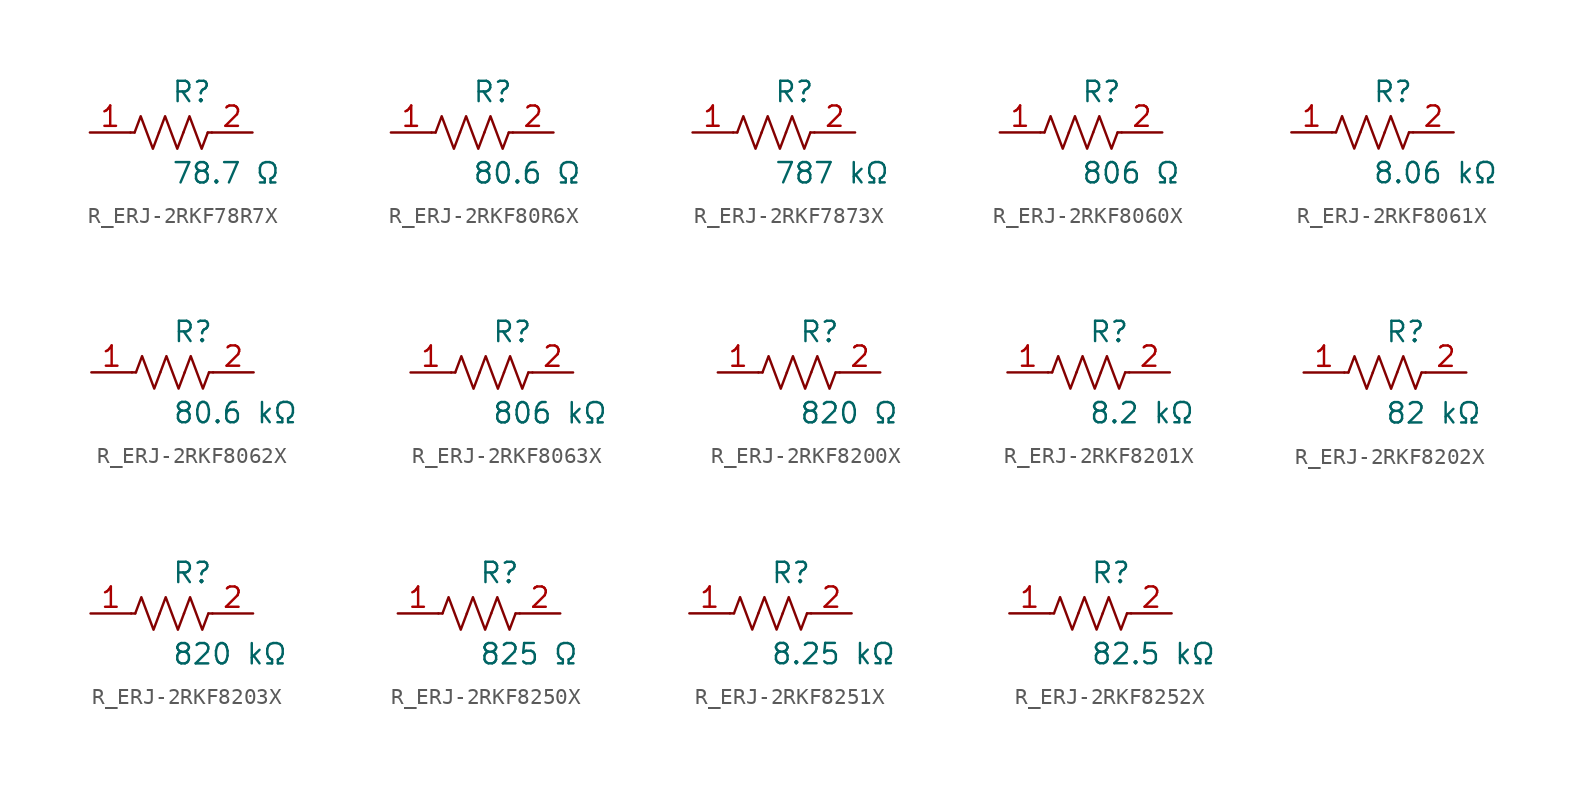
<source format=kicad_sym>
(kicad_symbol_lib
  (version 20231120)
  (generator kicad_symbol_editor)
  (generator_version 8.0)
  (symbol "R_ERJ-2RKF78R7X"
    (pin_names
      (offset 0.254))
    (property "Reference" "R"
      (at 0 2.54 0)
      (effects (font (size 1.27 1.27)) (justify left)))
    (property "Value" "78.7 Ω"
      (at 0 -2.54 0)
      (effects (font (size 1.27 1.27)) (justify left)))
    (symbol "R_ERJ-2RKF78R7X_0_1"
      (polyline (pts (xy 2.286 0) (xy 2.54 0)) (stroke (width 0) (type default)) (fill (type none)))
      (polyline (pts (xy -2.286 0) (xy -2.54 0)) (stroke (width 0) (type default)) (fill (type none)))
      (polyline (pts (xy 0.762 0) (xy 1.143 1.016) (xy 1.524 0) (xy 1.905 -1.016) (xy 2.286 0)) (stroke (width 0) (type default)) (fill (type none)))
      (polyline (pts (xy -0.762 0) (xy -0.381 1.016) (xy 0 0) (xy 0.381 -1.016) (xy 0.762 0)) (stroke (width 0) (type default)) (fill (type none)))
      (polyline (pts (xy -2.286 0) (xy -1.905 1.016) (xy -1.524 0) (xy -1.143 -1.016) (xy -0.762 0)) (stroke (width 0) (type default)) (fill (type none))))
    (pin passive line
      (at -5.08 0 0)
      (length 2.54)
      (name "" (effects (font (size 1.27 1.27))))
      (number "1" (effects (font (size 1.27 1.27)))))
    (pin passive line
      (at 5.08 0 180)
      (length 2.54)
      (name "" (effects (font (size 1.27 1.27))))
      (number "2" (effects (font (size 1.27 1.27))))))
  (symbol "R_ERJ-2RKF80R6X"
    (pin_names
      (offset 0.254))
    (property "Reference" "R"
      (at 0 2.54 0)
      (effects (font (size 1.27 1.27)) (justify left)))
    (property "Value" "80.6 Ω"
      (at 0 -2.54 0)
      (effects (font (size 1.27 1.27)) (justify left)))
    (symbol "R_ERJ-2RKF80R6X_0_1"
      (polyline (pts (xy 2.286 0) (xy 2.54 0)) (stroke (width 0) (type default)) (fill (type none)))
      (polyline (pts (xy -2.286 0) (xy -2.54 0)) (stroke (width 0) (type default)) (fill (type none)))
      (polyline (pts (xy 0.762 0) (xy 1.143 1.016) (xy 1.524 0) (xy 1.905 -1.016) (xy 2.286 0)) (stroke (width 0) (type default)) (fill (type none)))
      (polyline (pts (xy -0.762 0) (xy -0.381 1.016) (xy 0 0) (xy 0.381 -1.016) (xy 0.762 0)) (stroke (width 0) (type default)) (fill (type none)))
      (polyline (pts (xy -2.286 0) (xy -1.905 1.016) (xy -1.524 0) (xy -1.143 -1.016) (xy -0.762 0)) (stroke (width 0) (type default)) (fill (type none))))
    (pin passive line
      (at -5.08 0 0)
      (length 2.54)
      (name "" (effects (font (size 1.27 1.27))))
      (number "1" (effects (font (size 1.27 1.27)))))
    (pin passive line
      (at 5.08 0 180)
      (length 2.54)
      (name "" (effects (font (size 1.27 1.27))))
      (number "2" (effects (font (size 1.27 1.27))))))
  (symbol "R_ERJ-2RKF7873X"
    (pin_names
      (offset 0.254))
    (property "Reference" "R"
      (at 0 2.54 0)
      (effects (font (size 1.27 1.27)) (justify left)))
    (property "Value" "787 kΩ"
      (at 0 -2.54 0)
      (effects (font (size 1.27 1.27)) (justify left)))
    (symbol "R_ERJ-2RKF7873X_0_1"
      (polyline (pts (xy 2.286 0) (xy 2.54 0)) (stroke (width 0) (type default)) (fill (type none)))
      (polyline (pts (xy -2.286 0) (xy -2.54 0)) (stroke (width 0) (type default)) (fill (type none)))
      (polyline (pts (xy 0.762 0) (xy 1.143 1.016) (xy 1.524 0) (xy 1.905 -1.016) (xy 2.286 0)) (stroke (width 0) (type default)) (fill (type none)))
      (polyline (pts (xy -0.762 0) (xy -0.381 1.016) (xy 0 0) (xy 0.381 -1.016) (xy 0.762 0)) (stroke (width 0) (type default)) (fill (type none)))
      (polyline (pts (xy -2.286 0) (xy -1.905 1.016) (xy -1.524 0) (xy -1.143 -1.016) (xy -0.762 0)) (stroke (width 0) (type default)) (fill (type none))))
    (pin passive line
      (at -5.08 0 0)
      (length 2.54)
      (name "" (effects (font (size 1.27 1.27))))
      (number "1" (effects (font (size 1.27 1.27)))))
    (pin passive line
      (at 5.08 0 180)
      (length 2.54)
      (name "" (effects (font (size 1.27 1.27))))
      (number "2" (effects (font (size 1.27 1.27))))))
  (symbol "R_ERJ-2RKF8060X"
    (pin_names
      (offset 0.254))
    (property "Reference" "R"
      (at 0 2.54 0)
      (effects (font (size 1.27 1.27)) (justify left)))
    (property "Value" "806 Ω"
      (at 0 -2.54 0)
      (effects (font (size 1.27 1.27)) (justify left)))
    (symbol "R_ERJ-2RKF8060X_0_1"
      (polyline (pts (xy 2.286 0) (xy 2.54 0)) (stroke (width 0) (type default)) (fill (type none)))
      (polyline (pts (xy -2.286 0) (xy -2.54 0)) (stroke (width 0) (type default)) (fill (type none)))
      (polyline (pts (xy 0.762 0) (xy 1.143 1.016) (xy 1.524 0) (xy 1.905 -1.016) (xy 2.286 0)) (stroke (width 0) (type default)) (fill (type none)))
      (polyline (pts (xy -0.762 0) (xy -0.381 1.016) (xy 0 0) (xy 0.381 -1.016) (xy 0.762 0)) (stroke (width 0) (type default)) (fill (type none)))
      (polyline (pts (xy -2.286 0) (xy -1.905 1.016) (xy -1.524 0) (xy -1.143 -1.016) (xy -0.762 0)) (stroke (width 0) (type default)) (fill (type none))))
    (pin passive line
      (at -5.08 0 0)
      (length 2.54)
      (name "" (effects (font (size 1.27 1.27))))
      (number "1" (effects (font (size 1.27 1.27)))))
    (pin passive line
      (at 5.08 0 180)
      (length 2.54)
      (name "" (effects (font (size 1.27 1.27))))
      (number "2" (effects (font (size 1.27 1.27))))))
  (symbol "R_ERJ-2RKF8061X"
    (pin_names
      (offset 0.254))
    (property "Reference" "R"
      (at 0 2.54 0)
      (effects (font (size 1.27 1.27)) (justify left)))
    (property "Value" "8.06 kΩ"
      (at 0 -2.54 0)
      (effects (font (size 1.27 1.27)) (justify left)))
    (symbol "R_ERJ-2RKF8061X_0_1"
      (polyline (pts (xy 2.286 0) (xy 2.54 0)) (stroke (width 0) (type default)) (fill (type none)))
      (polyline (pts (xy -2.286 0) (xy -2.54 0)) (stroke (width 0) (type default)) (fill (type none)))
      (polyline (pts (xy 0.762 0) (xy 1.143 1.016) (xy 1.524 0) (xy 1.905 -1.016) (xy 2.286 0)) (stroke (width 0) (type default)) (fill (type none)))
      (polyline (pts (xy -0.762 0) (xy -0.381 1.016) (xy 0 0) (xy 0.381 -1.016) (xy 0.762 0)) (stroke (width 0) (type default)) (fill (type none)))
      (polyline (pts (xy -2.286 0) (xy -1.905 1.016) (xy -1.524 0) (xy -1.143 -1.016) (xy -0.762 0)) (stroke (width 0) (type default)) (fill (type none))))
    (pin passive line
      (at -5.08 0 0)
      (length 2.54)
      (name "" (effects (font (size 1.27 1.27))))
      (number "1" (effects (font (size 1.27 1.27)))))
    (pin passive line
      (at 5.08 0 180)
      (length 2.54)
      (name "" (effects (font (size 1.27 1.27))))
      (number "2" (effects (font (size 1.27 1.27))))))
  (symbol "R_ERJ-2RKF8062X"
    (pin_names
      (offset 0.254))
    (property "Reference" "R"
      (at 0 2.54 0)
      (effects (font (size 1.27 1.27)) (justify left)))
    (property "Value" "80.6 kΩ"
      (at 0 -2.54 0)
      (effects (font (size 1.27 1.27)) (justify left)))
    (symbol "R_ERJ-2RKF8062X_0_1"
      (polyline (pts (xy 2.286 0) (xy 2.54 0)) (stroke (width 0) (type default)) (fill (type none)))
      (polyline (pts (xy -2.286 0) (xy -2.54 0)) (stroke (width 0) (type default)) (fill (type none)))
      (polyline (pts (xy 0.762 0) (xy 1.143 1.016) (xy 1.524 0) (xy 1.905 -1.016) (xy 2.286 0)) (stroke (width 0) (type default)) (fill (type none)))
      (polyline (pts (xy -0.762 0) (xy -0.381 1.016) (xy 0 0) (xy 0.381 -1.016) (xy 0.762 0)) (stroke (width 0) (type default)) (fill (type none)))
      (polyline (pts (xy -2.286 0) (xy -1.905 1.016) (xy -1.524 0) (xy -1.143 -1.016) (xy -0.762 0)) (stroke (width 0) (type default)) (fill (type none))))
    (pin passive line
      (at -5.08 0 0)
      (length 2.54)
      (name "" (effects (font (size 1.27 1.27))))
      (number "1" (effects (font (size 1.27 1.27)))))
    (pin passive line
      (at 5.08 0 180)
      (length 2.54)
      (name "" (effects (font (size 1.27 1.27))))
      (number "2" (effects (font (size 1.27 1.27))))))
  (symbol "R_ERJ-2RKF8063X"
    (pin_names
      (offset 0.254))
    (property "Reference" "R"
      (at 0 2.54 0)
      (effects (font (size 1.27 1.27)) (justify left)))
    (property "Value" "806 kΩ"
      (at 0 -2.54 0)
      (effects (font (size 1.27 1.27)) (justify left)))
    (symbol "R_ERJ-2RKF8063X_0_1"
      (polyline (pts (xy 2.286 0) (xy 2.54 0)) (stroke (width 0) (type default)) (fill (type none)))
      (polyline (pts (xy -2.286 0) (xy -2.54 0)) (stroke (width 0) (type default)) (fill (type none)))
      (polyline (pts (xy 0.762 0) (xy 1.143 1.016) (xy 1.524 0) (xy 1.905 -1.016) (xy 2.286 0)) (stroke (width 0) (type default)) (fill (type none)))
      (polyline (pts (xy -0.762 0) (xy -0.381 1.016) (xy 0 0) (xy 0.381 -1.016) (xy 0.762 0)) (stroke (width 0) (type default)) (fill (type none)))
      (polyline (pts (xy -2.286 0) (xy -1.905 1.016) (xy -1.524 0) (xy -1.143 -1.016) (xy -0.762 0)) (stroke (width 0) (type default)) (fill (type none))))
    (pin passive line
      (at -5.08 0 0)
      (length 2.54)
      (name "" (effects (font (size 1.27 1.27))))
      (number "1" (effects (font (size 1.27 1.27)))))
    (pin passive line
      (at 5.08 0 180)
      (length 2.54)
      (name "" (effects (font (size 1.27 1.27))))
      (number "2" (effects (font (size 1.27 1.27))))))
  (symbol "R_ERJ-2RKF8200X"
    (pin_names
      (offset 0.254))
    (property "Reference" "R"
      (at 0 2.54 0)
      (effects (font (size 1.27 1.27)) (justify left)))
    (property "Value" "820 Ω"
      (at 0 -2.54 0)
      (effects (font (size 1.27 1.27)) (justify left)))
    (symbol "R_ERJ-2RKF8200X_0_1"
      (polyline (pts (xy 2.286 0) (xy 2.54 0)) (stroke (width 0) (type default)) (fill (type none)))
      (polyline (pts (xy -2.286 0) (xy -2.54 0)) (stroke (width 0) (type default)) (fill (type none)))
      (polyline (pts (xy 0.762 0) (xy 1.143 1.016) (xy 1.524 0) (xy 1.905 -1.016) (xy 2.286 0)) (stroke (width 0) (type default)) (fill (type none)))
      (polyline (pts (xy -0.762 0) (xy -0.381 1.016) (xy 0 0) (xy 0.381 -1.016) (xy 0.762 0)) (stroke (width 0) (type default)) (fill (type none)))
      (polyline (pts (xy -2.286 0) (xy -1.905 1.016) (xy -1.524 0) (xy -1.143 -1.016) (xy -0.762 0)) (stroke (width 0) (type default)) (fill (type none))))
    (pin passive line
      (at -5.08 0 0)
      (length 2.54)
      (name "" (effects (font (size 1.27 1.27))))
      (number "1" (effects (font (size 1.27 1.27)))))
    (pin passive line
      (at 5.08 0 180)
      (length 2.54)
      (name "" (effects (font (size 1.27 1.27))))
      (number "2" (effects (font (size 1.27 1.27))))))
  (symbol "R_ERJ-2RKF8201X"
    (pin_names
      (offset 0.254))
    (property "Reference" "R"
      (at 0 2.54 0)
      (effects (font (size 1.27 1.27)) (justify left)))
    (property "Value" "8.2 kΩ"
      (at 0 -2.54 0)
      (effects (font (size 1.27 1.27)) (justify left)))
    (symbol "R_ERJ-2RKF8201X_0_1"
      (polyline (pts (xy 2.286 0) (xy 2.54 0)) (stroke (width 0) (type default)) (fill (type none)))
      (polyline (pts (xy -2.286 0) (xy -2.54 0)) (stroke (width 0) (type default)) (fill (type none)))
      (polyline (pts (xy 0.762 0) (xy 1.143 1.016) (xy 1.524 0) (xy 1.905 -1.016) (xy 2.286 0)) (stroke (width 0) (type default)) (fill (type none)))
      (polyline (pts (xy -0.762 0) (xy -0.381 1.016) (xy 0 0) (xy 0.381 -1.016) (xy 0.762 0)) (stroke (width 0) (type default)) (fill (type none)))
      (polyline (pts (xy -2.286 0) (xy -1.905 1.016) (xy -1.524 0) (xy -1.143 -1.016) (xy -0.762 0)) (stroke (width 0) (type default)) (fill (type none))))
    (pin passive line
      (at -5.08 0 0)
      (length 2.54)
      (name "" (effects (font (size 1.27 1.27))))
      (number "1" (effects (font (size 1.27 1.27)))))
    (pin passive line
      (at 5.08 0 180)
      (length 2.54)
      (name "" (effects (font (size 1.27 1.27))))
      (number "2" (effects (font (size 1.27 1.27))))))
  (symbol "R_ERJ-2RKF8202X"
    (pin_names
      (offset 0.254))
    (property "Reference" "R"
      (at 0 2.54 0)
      (effects (font (size 1.27 1.27)) (justify left)))
    (property "Value" "82 kΩ"
      (at 0 -2.54 0)
      (effects (font (size 1.27 1.27)) (justify left)))
    (symbol "R_ERJ-2RKF8202X_0_1"
      (polyline (pts (xy 2.286 0) (xy 2.54 0)) (stroke (width 0) (type default)) (fill (type none)))
      (polyline (pts (xy -2.286 0) (xy -2.54 0)) (stroke (width 0) (type default)) (fill (type none)))
      (polyline (pts (xy 0.762 0) (xy 1.143 1.016) (xy 1.524 0) (xy 1.905 -1.016) (xy 2.286 0)) (stroke (width 0) (type default)) (fill (type none)))
      (polyline (pts (xy -0.762 0) (xy -0.381 1.016) (xy 0 0) (xy 0.381 -1.016) (xy 0.762 0)) (stroke (width 0) (type default)) (fill (type none)))
      (polyline (pts (xy -2.286 0) (xy -1.905 1.016) (xy -1.524 0) (xy -1.143 -1.016) (xy -0.762 0)) (stroke (width 0) (type default)) (fill (type none))))
    (pin passive line
      (at -5.08 0 0)
      (length 2.54)
      (name "" (effects (font (size 1.27 1.27))))
      (number "1" (effects (font (size 1.27 1.27)))))
    (pin passive line
      (at 5.08 0 180)
      (length 2.54)
      (name "" (effects (font (size 1.27 1.27))))
      (number "2" (effects (font (size 1.27 1.27))))))
  (symbol "R_ERJ-2RKF8203X"
    (pin_names
      (offset 0.254))
    (property "Reference" "R"
      (at 0 2.54 0)
      (effects (font (size 1.27 1.27)) (justify left)))
    (property "Value" "820 kΩ"
      (at 0 -2.54 0)
      (effects (font (size 1.27 1.27)) (justify left)))
    (symbol "R_ERJ-2RKF8203X_0_1"
      (polyline (pts (xy 2.286 0) (xy 2.54 0)) (stroke (width 0) (type default)) (fill (type none)))
      (polyline (pts (xy -2.286 0) (xy -2.54 0)) (stroke (width 0) (type default)) (fill (type none)))
      (polyline (pts (xy 0.762 0) (xy 1.143 1.016) (xy 1.524 0) (xy 1.905 -1.016) (xy 2.286 0)) (stroke (width 0) (type default)) (fill (type none)))
      (polyline (pts (xy -0.762 0) (xy -0.381 1.016) (xy 0 0) (xy 0.381 -1.016) (xy 0.762 0)) (stroke (width 0) (type default)) (fill (type none)))
      (polyline (pts (xy -2.286 0) (xy -1.905 1.016) (xy -1.524 0) (xy -1.143 -1.016) (xy -0.762 0)) (stroke (width 0) (type default)) (fill (type none))))
    (pin passive line
      (at -5.08 0 0)
      (length 2.54)
      (name "" (effects (font (size 1.27 1.27))))
      (number "1" (effects (font (size 1.27 1.27)))))
    (pin passive line
      (at 5.08 0 180)
      (length 2.54)
      (name "" (effects (font (size 1.27 1.27))))
      (number "2" (effects (font (size 1.27 1.27))))))
  (symbol "R_ERJ-2RKF8250X"
    (pin_names
      (offset 0.254))
    (property "Reference" "R"
      (at 0 2.54 0)
      (effects (font (size 1.27 1.27)) (justify left)))
    (property "Value" "825 Ω"
      (at 0 -2.54 0)
      (effects (font (size 1.27 1.27)) (justify left)))
    (symbol "R_ERJ-2RKF8250X_0_1"
      (polyline (pts (xy 2.286 0) (xy 2.54 0)) (stroke (width 0) (type default)) (fill (type none)))
      (polyline (pts (xy -2.286 0) (xy -2.54 0)) (stroke (width 0) (type default)) (fill (type none)))
      (polyline (pts (xy 0.762 0) (xy 1.143 1.016) (xy 1.524 0) (xy 1.905 -1.016) (xy 2.286 0)) (stroke (width 0) (type default)) (fill (type none)))
      (polyline (pts (xy -0.762 0) (xy -0.381 1.016) (xy 0 0) (xy 0.381 -1.016) (xy 0.762 0)) (stroke (width 0) (type default)) (fill (type none)))
      (polyline (pts (xy -2.286 0) (xy -1.905 1.016) (xy -1.524 0) (xy -1.143 -1.016) (xy -0.762 0)) (stroke (width 0) (type default)) (fill (type none))))
    (pin passive line
      (at -5.08 0 0)
      (length 2.54)
      (name "" (effects (font (size 1.27 1.27))))
      (number "1" (effects (font (size 1.27 1.27)))))
    (pin passive line
      (at 5.08 0 180)
      (length 2.54)
      (name "" (effects (font (size 1.27 1.27))))
      (number "2" (effects (font (size 1.27 1.27))))))
  (symbol "R_ERJ-2RKF8251X"
    (pin_names
      (offset 0.254))
    (property "Reference" "R"
      (at 0 2.54 0)
      (effects (font (size 1.27 1.27)) (justify left)))
    (property "Value" "8.25 kΩ"
      (at 0 -2.54 0)
      (effects (font (size 1.27 1.27)) (justify left)))
    (symbol "R_ERJ-2RKF8251X_0_1"
      (polyline (pts (xy 2.286 0) (xy 2.54 0)) (stroke (width 0) (type default)) (fill (type none)))
      (polyline (pts (xy -2.286 0) (xy -2.54 0)) (stroke (width 0) (type default)) (fill (type none)))
      (polyline (pts (xy 0.762 0) (xy 1.143 1.016) (xy 1.524 0) (xy 1.905 -1.016) (xy 2.286 0)) (stroke (width 0) (type default)) (fill (type none)))
      (polyline (pts (xy -0.762 0) (xy -0.381 1.016) (xy 0 0) (xy 0.381 -1.016) (xy 0.762 0)) (stroke (width 0) (type default)) (fill (type none)))
      (polyline (pts (xy -2.286 0) (xy -1.905 1.016) (xy -1.524 0) (xy -1.143 -1.016) (xy -0.762 0)) (stroke (width 0) (type default)) (fill (type none))))
    (pin passive line
      (at -5.08 0 0)
      (length 2.54)
      (name "" (effects (font (size 1.27 1.27))))
      (number "1" (effects (font (size 1.27 1.27)))))
    (pin passive line
      (at 5.08 0 180)
      (length 2.54)
      (name "" (effects (font (size 1.27 1.27))))
      (number "2" (effects (font (size 1.27 1.27))))))
  (symbol "R_ERJ-2RKF8252X"
    (pin_names
      (offset 0.254))
    (property "Reference" "R"
      (at 0 2.54 0)
      (effects (font (size 1.27 1.27)) (justify left)))
    (property "Value" "82.5 kΩ"
      (at 0 -2.54 0)
      (effects (font (size 1.27 1.27)) (justify left)))
    (symbol "R_ERJ-2RKF8252X_0_1"
      (polyline (pts (xy 2.286 0) (xy 2.54 0)) (stroke (width 0) (type default)) (fill (type none)))
      (polyline (pts (xy -2.286 0) (xy -2.54 0)) (stroke (width 0) (type default)) (fill (type none)))
      (polyline (pts (xy 0.762 0) (xy 1.143 1.016) (xy 1.524 0) (xy 1.905 -1.016) (xy 2.286 0)) (stroke (width 0) (type default)) (fill (type none)))
      (polyline (pts (xy -0.762 0) (xy -0.381 1.016) (xy 0 0) (xy 0.381 -1.016) (xy 0.762 0)) (stroke (width 0) (type default)) (fill (type none)))
      (polyline (pts (xy -2.286 0) (xy -1.905 1.016) (xy -1.524 0) (xy -1.143 -1.016) (xy -0.762 0)) (stroke (width 0) (type default)) (fill (type none))))
    (pin passive line
      (at -5.08 0 0)
      (length 2.54)
      (name "" (effects (font (size 1.27 1.27))))
      (number "1" (effects (font (size 1.27 1.27)))))
    (pin passive line
      (at 5.08 0 180)
      (length 2.54)
      (name "" (effects (font (size 1.27 1.27))))
      (number "2" (effects (font (size 1.27 1.27)))))))
</source>
